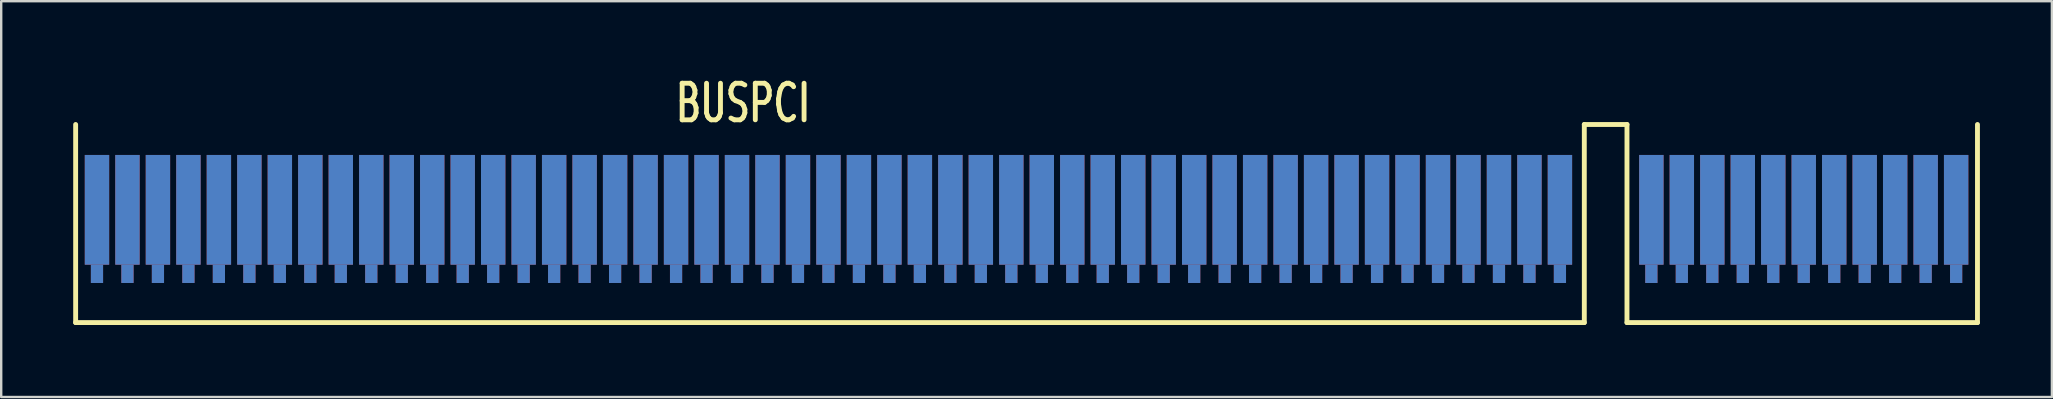
<source format=kicad_pcb>
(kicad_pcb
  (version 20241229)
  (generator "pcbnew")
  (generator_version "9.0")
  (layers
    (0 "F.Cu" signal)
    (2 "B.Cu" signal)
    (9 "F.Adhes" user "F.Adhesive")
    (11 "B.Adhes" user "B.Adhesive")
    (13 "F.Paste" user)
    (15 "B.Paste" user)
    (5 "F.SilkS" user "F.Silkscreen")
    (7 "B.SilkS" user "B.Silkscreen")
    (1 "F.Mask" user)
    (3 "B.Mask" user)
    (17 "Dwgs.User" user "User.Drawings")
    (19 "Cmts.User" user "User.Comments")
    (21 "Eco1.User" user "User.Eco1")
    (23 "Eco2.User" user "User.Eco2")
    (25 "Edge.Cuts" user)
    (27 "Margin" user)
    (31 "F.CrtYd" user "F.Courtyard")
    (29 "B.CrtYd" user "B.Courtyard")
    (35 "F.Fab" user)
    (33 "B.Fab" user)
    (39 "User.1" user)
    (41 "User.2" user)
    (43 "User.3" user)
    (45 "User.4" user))
  (footprint "BUSPCI"
    (layer "F.Cu")
    (at 63.856 5.947)
    (property "Reference" "BUSPCI" (at -35.941 -4.699 0) (layer "F.SilkS") (effects (font (size 1.524 1.016) (thickness 0.203))))
    (attr through_hole)
    (fp_line (start -63.754 -3.81) (end -63.754 4.445) (stroke (width 0.203) (type solid)) (layer "F.SilkS"))
    (fp_line (start -63.754 4.445) (end -0.889 4.445) (stroke (width 0.203) (type solid)) (layer "F.SilkS"))
    (fp_line (start -0.889 -3.81) (end 0.889 -3.81) (stroke (width 0.203) (type solid)) (layer "F.SilkS"))
    (fp_line (start -0.889 4.445) (end -0.889 -3.81) (stroke (width 0.203) (type solid)) (layer "F.SilkS"))
    (fp_line (start 0.889 -3.81) (end 0.889 4.445) (stroke (width 0.203) (type solid)) (layer "F.SilkS"))
    (fp_line (start 0.889 4.445) (end 15.494 4.445) (stroke (width 0.203) (type solid)) (layer "F.SilkS"))
    (fp_line (start 15.494 4.445) (end 15.494 -3.81) (stroke (width 0.203) (type solid)) (layer "F.SilkS"))
    (pad "A1" connect rect (at -62.865 -0.254) (size 1.016 4.572) (layers "B.Cu" "B.Mask"))
    (pad "A1" connect rect (at -62.865 2.413) (size 0.508 0.762) (layers "B.Cu" "B.Mask"))
    (pad "A2" connect rect (at -61.595 -0.254) (size 1.016 4.572) (layers "B.Cu" "B.Mask"))
    (pad "A2" connect rect (at -61.595 2.413) (size 0.508 0.762) (layers "B.Cu" "B.Mask"))
    (pad "A3" connect rect (at -60.325 -0.254) (size 1.016 4.572) (layers "B.Cu" "B.Mask"))
    (pad "A3" connect rect (at -60.325 2.413) (size 0.508 0.762) (layers "B.Cu" "B.Mask"))
    (pad "A4" connect rect (at -59.055 -0.254) (size 1.016 4.572) (layers "B.Cu" "B.Mask"))
    (pad "A4" connect rect (at -59.055 2.413) (size 0.508 0.762) (layers "B.Cu" "B.Mask"))
    (pad "A5" connect rect (at -57.785 -0.254) (size 1.016 4.572) (layers "B.Cu" "B.Mask"))
    (pad "A5" connect rect (at -57.785 2.413) (size 0.508 0.762) (layers "B.Cu" "B.Mask"))
    (pad "A6" connect rect (at -56.515 -0.254) (size 1.016 4.572) (layers "B.Cu" "B.Mask"))
    (pad "A6" connect rect (at -56.515 2.413) (size 0.508 0.762) (layers "B.Cu" "B.Mask"))
    (pad "A7" connect rect (at -55.245 -0.254) (size 1.016 4.572) (layers "B.Cu" "B.Mask"))
    (pad "A7" connect rect (at -55.245 2.413) (size 0.508 0.762) (layers "B.Cu" "B.Mask"))
    (pad "A8" connect rect (at -53.975 -0.254) (size 1.016 4.572) (layers "B.Cu" "B.Mask"))
    (pad "A8" connect rect (at -53.975 2.413) (size 0.508 0.762) (layers "B.Cu" "B.Mask"))
    (pad "A9" connect rect (at -52.705 -0.254) (size 1.016 4.572) (layers "B.Cu" "B.Mask"))
    (pad "A9" connect rect (at -52.705 2.413) (size 0.508 0.762) (layers "B.Cu" "B.Mask"))
    (pad "A10" connect rect (at -51.435 -0.254) (size 1.016 4.572) (layers "B.Cu" "B.Mask"))
    (pad "A10" connect rect (at -51.435 2.413) (size 0.508 0.762) (layers "B.Cu" "B.Mask"))
    (pad "A11" connect rect (at -50.165 -0.254) (size 1.016 4.572) (layers "B.Cu" "B.Mask"))
    (pad "A11" connect rect (at -50.165 2.413) (size 0.508 0.762) (layers "B.Cu" "B.Mask"))
    (pad "A12" connect rect (at -48.895 -0.254) (size 1.016 4.572) (layers "B.Cu" "B.Mask"))
    (pad "A12" connect rect (at -48.895 2.413) (size 0.508 0.762) (layers "B.Cu" "B.Mask"))
    (pad "A13" connect rect (at -47.625 -0.254) (size 1.016 4.572) (layers "B.Cu" "B.Mask"))
    (pad "A13" connect rect (at -47.625 2.413) (size 0.508 0.762) (layers "B.Cu" "B.Mask"))
    (pad "A14" connect rect (at -46.355 -0.254) (size 1.016 4.572) (layers "B.Cu" "B.Mask"))
    (pad "A14" connect rect (at -46.355 2.413) (size 0.508 0.762) (layers "B.Cu" "B.Mask"))
    (pad "A15" connect rect (at -45.085 -0.254) (size 1.016 4.572) (layers "B.Cu" "B.Mask"))
    (pad "A15" connect rect (at -45.085 2.413) (size 0.508 0.762) (layers "B.Cu" "B.Mask"))
    (pad "A16" connect rect (at -43.815 -0.254) (size 1.016 4.572) (layers "B.Cu" "B.Mask"))
    (pad "A16" connect rect (at -43.815 2.413) (size 0.508 0.762) (layers "B.Cu" "B.Mask"))
    (pad "A17" connect rect (at -42.545 -0.254) (size 1.016 4.572) (layers "B.Cu" "B.Mask"))
    (pad "A17" connect rect (at -42.545 2.413) (size 0.508 0.762) (layers "B.Cu" "B.Mask"))
    (pad "A18" connect rect (at -41.275 -0.254) (size 1.016 4.572) (layers "B.Cu" "B.Mask"))
    (pad "A18" connect rect (at -41.275 2.413) (size 0.508 0.762) (layers "B.Cu" "B.Mask"))
    (pad "A19" connect rect (at -40.005 -0.254) (size 1.016 4.572) (layers "B.Cu" "B.Mask"))
    (pad "A19" connect rect (at -40.005 2.413) (size 0.508 0.762) (layers "B.Cu" "B.Mask"))
    (pad "A20" connect rect (at -38.735 -0.254) (size 1.016 4.572) (layers "B.Cu" "B.Mask"))
    (pad "A20" connect rect (at -38.735 2.413) (size 0.508 0.762) (layers "B.Cu" "B.Mask"))
    (pad "A21" connect rect (at -37.465 -0.254) (size 1.016 4.572) (layers "B.Cu" "B.Mask"))
    (pad "A21" connect rect (at -37.465 2.413) (size 0.508 0.762) (layers "B.Cu" "B.Mask"))
    (pad "A22" connect rect (at -36.195 -0.254) (size 1.016 4.572) (layers "B.Cu" "B.Mask"))
    (pad "A22" connect rect (at -36.195 2.413) (size 0.508 0.762) (layers "B.Cu" "B.Mask"))
    (pad "A23" connect rect (at -34.925 -0.254) (size 1.016 4.572) (layers "B.Cu" "B.Mask"))
    (pad "A23" connect rect (at -34.925 2.413) (size 0.508 0.762) (layers "B.Cu" "B.Mask"))
    (pad "A24" connect rect (at -33.655 -0.254) (size 1.016 4.572) (layers "B.Cu" "B.Mask"))
    (pad "A24" connect rect (at -33.655 2.413) (size 0.508 0.762) (layers "B.Cu" "B.Mask"))
    (pad "A25" connect rect (at -32.385 -0.254) (size 1.016 4.572) (layers "B.Cu" "B.Mask"))
    (pad "A25" connect rect (at -32.385 2.413) (size 0.508 0.762) (layers "B.Cu" "B.Mask"))
    (pad "A26" connect rect (at -31.115 -0.254) (size 1.016 4.572) (layers "B.Cu" "B.Mask"))
    (pad "A26" connect rect (at -31.115 2.413) (size 0.508 0.762) (layers "B.Cu" "B.Mask"))
    (pad "A27" connect rect (at -29.845 -0.254) (size 1.016 4.572) (layers "B.Cu" "B.Mask"))
    (pad "A27" connect rect (at -29.845 2.413) (size 0.508 0.762) (layers "B.Cu" "B.Mask"))
    (pad "A28" connect rect (at -28.575 -0.254) (size 1.016 4.572) (layers "B.Cu" "B.Mask"))
    (pad "A28" connect rect (at -28.575 2.413) (size 0.508 0.762) (layers "B.Cu" "B.Mask"))
    (pad "A29" connect rect (at -27.305 -0.254) (size 1.016 4.572) (layers "B.Cu" "B.Mask"))
    (pad "A29" connect rect (at -27.305 2.413) (size 0.508 0.762) (layers "B.Cu" "B.Mask"))
    (pad "A30" connect rect (at -26.035 -0.254) (size 1.016 4.572) (layers "B.Cu" "B.Mask"))
    (pad "A30" connect rect (at -26.035 2.413) (size 0.508 0.762) (layers "B.Cu" "B.Mask"))
    (pad "A31" connect rect (at -24.765 -0.254) (size 1.016 4.572) (layers "B.Cu" "B.Mask"))
    (pad "A31" connect rect (at -24.765 2.413) (size 0.508 0.762) (layers "B.Cu" "B.Mask"))
    (pad "A32" connect rect (at -23.495 -0.254) (size 1.016 4.572) (layers "B.Cu" "B.Mask"))
    (pad "A32" connect rect (at -23.495 2.413) (size 0.508 0.762) (layers "B.Cu" "B.Mask"))
    (pad "A33" connect rect (at -22.225 -0.254) (size 1.016 4.572) (layers "B.Cu" "B.Mask"))
    (pad "A33" connect rect (at -22.225 2.413) (size 0.508 0.762) (layers "B.Cu" "B.Mask"))
    (pad "A34" connect rect (at -20.955 -0.254) (size 1.016 4.572) (layers "B.Cu" "B.Mask"))
    (pad "A34" connect rect (at -20.955 2.413) (size 0.508 0.762) (layers "B.Cu" "B.Mask"))
    (pad "A35" connect rect (at -19.685 -0.254) (size 1.016 4.572) (layers "B.Cu" "B.Mask"))
    (pad "A35" connect rect (at -19.685 2.413) (size 0.508 0.762) (layers "B.Cu" "B.Mask"))
    (pad "A36" connect rect (at -18.415 -0.254) (size 1.016 4.572) (layers "B.Cu" "B.Mask"))
    (pad "A36" connect rect (at -18.415 2.413) (size 0.508 0.762) (layers "B.Cu" "B.Mask"))
    (pad "A37" connect rect (at -17.145 -0.254) (size 1.016 4.572) (layers "B.Cu" "B.Mask"))
    (pad "A37" connect rect (at -17.145 2.413) (size 0.508 0.762) (layers "B.Cu" "B.Mask"))
    (pad "A38" connect rect (at -15.875 -0.254) (size 1.016 4.572) (layers "B.Cu" "B.Mask"))
    (pad "A38" connect rect (at -15.875 2.413) (size 0.508 0.762) (layers "B.Cu" "B.Mask"))
    (pad "A39" connect rect (at -14.605 -0.254) (size 1.016 4.572) (layers "B.Cu" "B.Mask"))
    (pad "A39" connect rect (at -14.605 2.413) (size 0.508 0.762) (layers "B.Cu" "B.Mask"))
    (pad "A40" connect rect (at -13.335 -0.254) (size 1.016 4.572) (layers "B.Cu" "B.Mask"))
    (pad "A40" connect rect (at -13.335 2.413) (size 0.508 0.762) (layers "B.Cu" "B.Mask"))
    (pad "A41" connect rect (at -12.065 -0.254) (size 1.016 4.572) (layers "B.Cu" "B.Mask"))
    (pad "A41" connect rect (at -12.065 2.413) (size 0.508 0.762) (layers "B.Cu" "B.Mask"))
    (pad "A42" connect rect (at -10.795 -0.254) (size 1.016 4.572) (layers "B.Cu" "B.Mask"))
    (pad "A42" connect rect (at -10.795 2.413) (size 0.508 0.762) (layers "B.Cu" "B.Mask"))
    (pad "A43" connect rect (at -9.525 -0.254) (size 1.016 4.572) (layers "B.Cu" "B.Mask"))
    (pad "A43" connect rect (at -9.525 2.413) (size 0.508 0.762) (layers "B.Cu" "B.Mask"))
    (pad "A44" connect rect (at -8.255 -0.254) (size 1.016 4.572) (layers "B.Cu" "B.Mask"))
    (pad "A44" connect rect (at -8.255 2.413) (size 0.508 0.762) (layers "B.Cu" "B.Mask"))
    (pad "A45" connect rect (at -6.985 -0.254) (size 1.016 4.572) (layers "B.Cu" "B.Mask"))
    (pad "A45" connect rect (at -6.985 2.413) (size 0.508 0.762) (layers "B.Cu" "B.Mask"))
    (pad "A46" connect rect (at -5.715 -0.254) (size 1.016 4.572) (layers "B.Cu" "B.Mask"))
    (pad "A46" connect rect (at -5.715 2.413) (size 0.508 0.762) (layers "B.Cu" "B.Mask"))
    (pad "A47" connect rect (at -4.445 -0.254) (size 1.016 4.572) (layers "B.Cu" "B.Mask"))
    (pad "A47" connect rect (at -4.445 2.413) (size 0.508 0.762) (layers "B.Cu" "B.Mask"))
    (pad "A48" connect rect (at -3.175 -0.254) (size 1.016 4.572) (layers "B.Cu" "B.Mask"))
    (pad "A48" connect rect (at -3.175 2.413) (size 0.508 0.762) (layers "B.Cu" "B.Mask"))
    (pad "A49" connect rect (at -1.905 -0.254) (size 1.016 4.572) (layers "B.Cu" "B.Mask"))
    (pad "A49" connect rect (at -1.905 2.413) (size 0.508 0.762) (layers "B.Cu" "B.Mask"))
    (pad "A52" connect rect (at 1.905 -0.254) (size 1.016 4.572) (layers "B.Cu" "B.Mask"))
    (pad "A52" connect rect (at 1.905 2.413) (size 0.508 0.762) (layers "B.Cu" "B.Mask"))
    (pad "A53" connect rect (at 3.175 -0.254) (size 1.016 4.572) (layers "B.Cu" "B.Mask"))
    (pad "A53" connect rect (at 3.175 2.413) (size 0.508 0.762) (layers "B.Cu" "B.Mask"))
    (pad "A54" connect rect (at 4.445 -0.254) (size 1.016 4.572) (layers "B.Cu" "B.Mask"))
    (pad "A54" connect rect (at 4.445 2.413) (size 0.508 0.762) (layers "B.Cu" "B.Mask"))
    (pad "A55" connect rect (at 5.715 -0.254) (size 1.016 4.572) (layers "B.Cu" "B.Mask"))
    (pad "A55" connect rect (at 5.715 2.413) (size 0.508 0.762) (layers "B.Cu" "B.Mask"))
    (pad "A56" connect rect (at 6.985 -0.254) (size 1.016 4.572) (layers "B.Cu" "B.Mask"))
    (pad "A56" connect rect (at 6.985 2.413) (size 0.508 0.762) (layers "B.Cu" "B.Mask"))
    (pad "A57" connect rect (at 8.255 -0.254) (size 1.016 4.572) (layers "B.Cu" "B.Mask"))
    (pad "A57" connect rect (at 8.255 2.413) (size 0.508 0.762) (layers "B.Cu" "B.Mask"))
    (pad "A58" connect rect (at 9.525 -0.254) (size 1.016 4.572) (layers "B.Cu" "B.Mask"))
    (pad "A58" connect rect (at 9.525 2.413) (size 0.508 0.762) (layers "B.Cu" "B.Mask"))
    (pad "A59" connect rect (at 10.795 -0.254) (size 1.016 4.572) (layers "B.Cu" "B.Mask"))
    (pad "A59" connect rect (at 10.795 2.413) (size 0.508 0.762) (layers "B.Cu" "B.Mask"))
    (pad "A60" connect rect (at 12.065 -0.254) (size 1.016 4.572) (layers "B.Cu" "B.Mask"))
    (pad "A60" connect rect (at 12.065 2.413) (size 0.508 0.762) (layers "B.Cu" "B.Mask"))
    (pad "A61" connect rect (at 13.335 -0.254) (size 1.016 4.572) (layers "B.Cu" "B.Mask"))
    (pad "A61" connect rect (at 13.335 2.413) (size 0.508 0.762) (layers "B.Cu" "B.Mask"))
    (pad "A62" connect rect (at 14.605 -0.254) (size 1.016 4.572) (layers "B.Cu" "B.Mask"))
    (pad "A62" connect rect (at 14.605 2.413) (size 0.508 0.762) (layers "B.Cu" "B.Mask"))
    (pad "B1" connect rect (at -62.865 -0.254) (size 1.016 4.572) (layers "F.Cu" "F.Mask"))
    (pad "B1" connect rect (at -62.865 2.413) (size 0.508 0.762) (layers "F.Cu" "F.Mask"))
    (pad "B2" connect rect (at -61.595 -0.254) (size 1.016 4.572) (layers "F.Cu" "F.Mask"))
    (pad "B2" connect rect (at -61.595 2.413) (size 0.508 0.762) (layers "F.Cu" "F.Mask"))
    (pad "B3" connect rect (at -60.325 -0.254) (size 1.016 4.572) (layers "F.Cu" "F.Mask"))
    (pad "B3" connect rect (at -60.325 2.413) (size 0.508 0.762) (layers "F.Cu" "F.Mask"))
    (pad "B4" connect rect (at -59.055 -0.254) (size 1.016 4.572) (layers "F.Cu" "F.Mask"))
    (pad "B4" connect rect (at -59.055 2.413) (size 0.508 0.762) (layers "F.Cu" "F.Mask"))
    (pad "B5" connect rect (at -57.785 -0.254) (size 1.016 4.572) (layers "F.Cu" "F.Mask"))
    (pad "B5" connect rect (at -57.785 2.413) (size 0.508 0.762) (layers "F.Cu" "F.Mask"))
    (pad "B6" connect rect (at -56.515 -0.254) (size 1.016 4.572) (layers "F.Cu" "F.Mask"))
    (pad "B6" connect rect (at -56.515 2.413) (size 0.508 0.762) (layers "F.Cu" "F.Mask"))
    (pad "B7" connect rect (at -55.245 -0.254) (size 1.016 4.572) (layers "F.Cu" "F.Mask"))
    (pad "B7" connect rect (at -55.245 2.413) (size 0.508 0.762) (layers "F.Cu" "F.Mask"))
    (pad "B8" connect rect (at -53.975 -0.254) (size 1.016 4.572) (layers "F.Cu" "F.Mask"))
    (pad "B8" connect rect (at -53.975 2.413) (size 0.508 0.762) (layers "F.Cu" "F.Mask"))
    (pad "B9" connect rect (at -52.705 -0.254) (size 1.016 4.572) (layers "F.Cu" "F.Mask"))
    (pad "B9" connect rect (at -52.705 2.413) (size 0.508 0.762) (layers "F.Cu" "F.Mask"))
    (pad "B10" connect rect (at -51.435 -0.254) (size 1.016 4.572) (layers "F.Cu" "F.Mask"))
    (pad "B10" connect rect (at -51.435 2.413) (size 0.508 0.762) (layers "F.Cu" "F.Mask"))
    (pad "B11" connect rect (at -50.165 -0.254) (size 1.016 4.572) (layers "F.Cu" "F.Mask"))
    (pad "B11" connect rect (at -50.165 2.413) (size 0.508 0.762) (layers "F.Cu" "F.Mask"))
    (pad "B12" connect rect (at -48.895 -0.254) (size 1.016 4.572) (layers "F.Cu" "F.Mask"))
    (pad "B12" connect rect (at -48.895 2.413) (size 0.508 0.762) (layers "F.Cu" "F.Mask"))
    (pad "B13" connect rect (at -47.625 -0.254) (size 1.016 4.572) (layers "F.Cu" "F.Mask"))
    (pad "B13" connect rect (at -47.625 2.413) (size 0.508 0.762) (layers "F.Cu" "F.Mask"))
    (pad "B14" connect rect (at -46.355 -0.254) (size 1.016 4.572) (layers "F.Cu" "F.Mask"))
    (pad "B14" connect rect (at -46.355 2.413) (size 0.508 0.762) (layers "F.Cu" "F.Mask"))
    (pad "B15" connect rect (at -45.085 -0.254) (size 1.016 4.572) (layers "F.Cu" "F.Mask"))
    (pad "B15" connect rect (at -45.085 2.413) (size 0.508 0.762) (layers "F.Cu" "F.Mask"))
    (pad "B16" connect rect (at -43.815 -0.254) (size 1.016 4.572) (layers "F.Cu" "F.Mask"))
    (pad "B16" connect rect (at -43.815 2.413) (size 0.508 0.762) (layers "F.Cu" "F.Mask"))
    (pad "B17" connect rect (at -42.545 -0.254) (size 1.016 4.572) (layers "F.Cu" "F.Mask"))
    (pad "B17" connect rect (at -42.545 2.413) (size 0.508 0.762) (layers "F.Cu" "F.Mask"))
    (pad "B18" connect rect (at -41.275 -0.254) (size 1.016 4.572) (layers "F.Cu" "F.Mask"))
    (pad "B18" connect rect (at -41.275 2.413) (size 0.508 0.762) (layers "F.Cu" "F.Mask"))
    (pad "B19" connect rect (at -40.005 -0.254) (size 1.016 4.572) (layers "F.Cu" "F.Mask"))
    (pad "B19" connect rect (at -40.005 2.413) (size 0.508 0.762) (layers "F.Cu" "F.Mask"))
    (pad "B20" connect rect (at -38.735 -0.254) (size 1.016 4.572) (layers "F.Cu" "F.Mask"))
    (pad "B20" connect rect (at -38.735 2.413) (size 0.508 0.762) (layers "F.Cu" "F.Mask"))
    (pad "B21" connect rect (at -37.465 -0.254) (size 1.016 4.572) (layers "F.Cu" "F.Mask"))
    (pad "B21" connect rect (at -37.465 2.413) (size 0.508 0.762) (layers "F.Cu" "F.Mask"))
    (pad "B22" connect rect (at -36.195 -0.254) (size 1.016 4.572) (layers "F.Cu" "F.Mask"))
    (pad "B22" connect rect (at -36.195 2.413) (size 0.508 0.762) (layers "F.Cu" "F.Mask"))
    (pad "B23" connect rect (at -34.925 -0.254) (size 1.016 4.572) (layers "F.Cu" "F.Mask"))
    (pad "B23" connect rect (at -34.925 2.413) (size 0.508 0.762) (layers "F.Cu" "F.Mask"))
    (pad "B24" connect rect (at -33.655 -0.254) (size 1.016 4.572) (layers "F.Cu" "F.Mask"))
    (pad "B24" connect rect (at -33.655 2.413) (size 0.508 0.762) (layers "F.Cu" "F.Mask"))
    (pad "B25" connect rect (at -32.385 -0.254) (size 1.016 4.572) (layers "F.Cu" "F.Mask"))
    (pad "B25" connect rect (at -32.385 2.413) (size 0.508 0.762) (layers "F.Cu" "F.Mask"))
    (pad "B26" connect rect (at -31.115 -0.254) (size 1.016 4.572) (layers "F.Cu" "F.Mask"))
    (pad "B26" connect rect (at -31.115 2.413) (size 0.508 0.762) (layers "F.Cu" "F.Mask"))
    (pad "B27" connect rect (at -29.845 -0.254) (size 1.016 4.572) (layers "F.Cu" "F.Mask"))
    (pad "B27" connect rect (at -29.845 2.413) (size 0.508 0.762) (layers "F.Cu" "F.Mask"))
    (pad "B28" connect rect (at -28.575 -0.254) (size 1.016 4.572) (layers "F.Cu" "F.Mask"))
    (pad "B28" connect rect (at -28.575 2.413) (size 0.508 0.762) (layers "F.Cu" "F.Mask"))
    (pad "B29" connect rect (at -27.305 -0.254) (size 1.016 4.572) (layers "F.Cu" "F.Mask"))
    (pad "B29" connect rect (at -27.305 2.413) (size 0.508 0.762) (layers "F.Cu" "F.Mask"))
    (pad "B30" connect rect (at -26.035 -0.254) (size 1.016 4.572) (layers "F.Cu" "F.Mask"))
    (pad "B30" connect rect (at -26.035 2.413) (size 0.508 0.762) (layers "F.Cu" "F.Mask"))
    (pad "B31" connect rect (at -24.765 -0.254) (size 1.016 4.572) (layers "F.Cu" "F.Mask"))
    (pad "B31" connect rect (at -24.765 2.413) (size 0.508 0.762) (layers "F.Cu" "F.Mask"))
    (pad "B32" connect rect (at -23.495 -0.254) (size 1.016 4.572) (layers "F.Cu" "F.Mask"))
    (pad "B32" connect rect (at -23.495 2.413) (size 0.508 0.762) (layers "F.Cu" "F.Mask"))
    (pad "B33" connect rect (at -22.225 -0.254) (size 1.016 4.572) (layers "F.Cu" "F.Mask"))
    (pad "B33" connect rect (at -22.225 2.413) (size 0.508 0.762) (layers "F.Cu" "F.Mask"))
    (pad "B34" connect rect (at -20.955 -0.254) (size 1.016 4.572) (layers "F.Cu" "F.Mask"))
    (pad "B34" connect rect (at -20.955 2.413) (size 0.508 0.762) (layers "F.Cu" "F.Mask"))
    (pad "B35" connect rect (at -19.685 -0.254) (size 1.016 4.572) (layers "F.Cu" "F.Mask"))
    (pad "B35" connect rect (at -19.685 2.413) (size 0.508 0.762) (layers "F.Cu" "F.Mask"))
    (pad "B36" connect rect (at -18.415 -0.254) (size 1.016 4.572) (layers "F.Cu" "F.Mask"))
    (pad "B36" connect rect (at -18.415 2.413) (size 0.508 0.762) (layers "F.Cu" "F.Mask"))
    (pad "B37" connect rect (at -17.145 -0.254) (size 1.016 4.572) (layers "F.Cu" "F.Mask"))
    (pad "B37" connect rect (at -17.145 2.413) (size 0.508 0.762) (layers "F.Cu" "F.Mask"))
    (pad "B38" connect rect (at -15.875 -0.254) (size 1.016 4.572) (layers "F.Cu" "F.Mask"))
    (pad "B38" connect rect (at -15.875 2.413) (size 0.508 0.762) (layers "F.Cu" "F.Mask"))
    (pad "B39" connect rect (at -14.605 -0.254) (size 1.016 4.572) (layers "F.Cu" "F.Mask"))
    (pad "B39" connect rect (at -14.605 2.413) (size 0.508 0.762) (layers "F.Cu" "F.Mask"))
    (pad "B40" connect rect (at -13.335 -0.254) (size 1.016 4.572) (layers "F.Cu" "F.Mask"))
    (pad "B40" connect rect (at -13.335 2.413) (size 0.508 0.762) (layers "F.Cu" "F.Mask"))
    (pad "B41" connect rect (at -12.065 -0.254) (size 1.016 4.572) (layers "F.Cu" "F.Mask"))
    (pad "B41" connect rect (at -12.065 2.413) (size 0.508 0.762) (layers "F.Cu" "F.Mask"))
    (pad "B42" connect rect (at -10.795 -0.254) (size 1.016 4.572) (layers "F.Cu" "F.Mask"))
    (pad "B42" connect rect (at -10.795 2.413) (size 0.508 0.762) (layers "F.Cu" "F.Mask"))
    (pad "B43" connect rect (at -9.525 -0.254) (size 1.016 4.572) (layers "F.Cu" "F.Mask"))
    (pad "B43" connect rect (at -9.525 2.413) (size 0.508 0.762) (layers "F.Cu" "F.Mask"))
    (pad "B44" connect rect (at -8.255 -0.254) (size 1.016 4.572) (layers "F.Cu" "F.Mask"))
    (pad "B44" connect rect (at -8.255 2.413) (size 0.508 0.762) (layers "F.Cu" "F.Mask"))
    (pad "B45" connect rect (at -6.985 -0.254) (size 1.016 4.572) (layers "F.Cu" "F.Mask"))
    (pad "B45" connect rect (at -6.985 2.413) (size 0.508 0.762) (layers "F.Cu" "F.Mask"))
    (pad "B46" connect rect (at -5.715 -0.254) (size 1.016 4.572) (layers "F.Cu" "F.Mask"))
    (pad "B46" connect rect (at -5.715 2.413) (size 0.508 0.762) (layers "F.Cu" "F.Mask"))
    (pad "B47" connect rect (at -4.445 -0.254) (size 1.016 4.572) (layers "F.Cu" "F.Mask"))
    (pad "B47" connect rect (at -4.445 2.413) (size 0.508 0.762) (layers "F.Cu" "F.Mask"))
    (pad "B48" connect rect (at -3.175 -0.254) (size 1.016 4.572) (layers "F.Cu" "F.Mask"))
    (pad "B48" connect rect (at -3.175 2.413) (size 0.508 0.762) (layers "F.Cu" "F.Mask"))
    (pad "B49" connect rect (at -1.905 -0.254) (size 1.016 4.572) (layers "F.Cu" "F.Mask"))
    (pad "B49" connect rect (at -1.905 2.413) (size 0.508 0.762) (layers "F.Cu" "F.Mask"))
    (pad "B52" connect rect (at 1.905 -0.254) (size 1.016 4.572) (layers "F.Cu" "F.Mask"))
    (pad "B52" connect rect (at 1.905 2.413) (size 0.508 0.762) (layers "F.Cu" "F.Mask"))
    (pad "B53" connect rect (at 3.175 -0.254) (size 1.016 4.572) (layers "F.Cu" "F.Mask"))
    (pad "B53" connect rect (at 3.175 2.413) (size 0.508 0.762) (layers "F.Cu" "F.Mask"))
    (pad "B54" connect rect (at 4.445 -0.254) (size 1.016 4.572) (layers "F.Cu" "F.Mask"))
    (pad "B54" connect rect (at 4.445 2.413) (size 0.508 0.762) (layers "F.Cu" "F.Mask"))
    (pad "B55" connect rect (at 5.715 -0.254) (size 1.016 4.572) (layers "F.Cu" "F.Mask"))
    (pad "B55" connect rect (at 5.715 2.413) (size 0.508 0.762) (layers "F.Cu" "F.Mask"))
    (pad "B56" connect rect (at 6.985 -0.254) (size 1.016 4.572) (layers "F.Cu" "F.Mask"))
    (pad "B56" connect rect (at 6.985 2.413) (size 0.508 0.762) (layers "F.Cu" "F.Mask"))
    (pad "B57" connect rect (at 8.255 -0.254) (size 1.016 4.572) (layers "F.Cu" "F.Mask"))
    (pad "B57" connect rect (at 8.255 2.413) (size 0.508 0.762) (layers "F.Cu" "F.Mask"))
    (pad "B58" connect rect (at 9.525 -0.254) (size 1.016 4.572) (layers "F.Cu" "F.Mask"))
    (pad "B58" connect rect (at 9.525 2.413) (size 0.508 0.762) (layers "F.Cu" "F.Mask"))
    (pad "B59" connect rect (at 10.795 -0.254) (size 1.016 4.572) (layers "F.Cu" "F.Mask"))
    (pad "B59" connect rect (at 10.795 2.413) (size 0.508 0.762) (layers "F.Cu" "F.Mask"))
    (pad "B60" connect rect (at 12.065 -0.254) (size 1.016 4.572) (layers "F.Cu" "F.Mask"))
    (pad "B60" connect rect (at 12.065 2.413) (size 0.508 0.762) (layers "F.Cu" "F.Mask"))
    (pad "B61" connect rect (at 13.335 -0.254) (size 1.016 4.572) (layers "F.Cu" "F.Mask"))
    (pad "B61" connect rect (at 13.335 2.413) (size 0.508 0.762) (layers "F.Cu" "F.Mask"))
    (pad "B62" connect rect (at 14.605 -0.254) (size 1.016 4.572) (layers "F.Cu" "F.Mask"))
    (pad "B62" connect rect (at 14.605 2.413) (size 0.508 0.762) (layers "F.Cu" "F.Mask")))
  (gr_rect
    (start -3 -3)
    (end 82.451 13.494)
    (stroke (width 0.1) (type default))
    (fill no)
    (layer "Edge.Cuts")))
</source>
